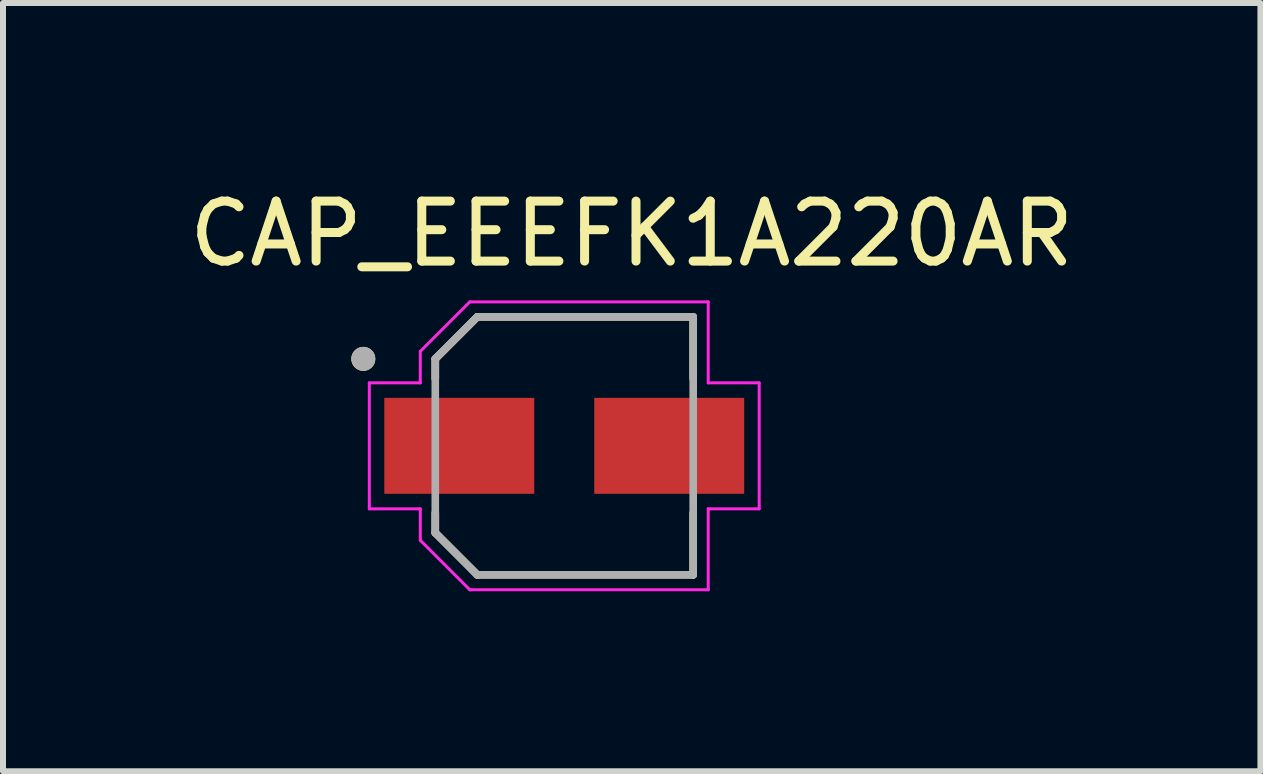
<source format=kicad_pcb>
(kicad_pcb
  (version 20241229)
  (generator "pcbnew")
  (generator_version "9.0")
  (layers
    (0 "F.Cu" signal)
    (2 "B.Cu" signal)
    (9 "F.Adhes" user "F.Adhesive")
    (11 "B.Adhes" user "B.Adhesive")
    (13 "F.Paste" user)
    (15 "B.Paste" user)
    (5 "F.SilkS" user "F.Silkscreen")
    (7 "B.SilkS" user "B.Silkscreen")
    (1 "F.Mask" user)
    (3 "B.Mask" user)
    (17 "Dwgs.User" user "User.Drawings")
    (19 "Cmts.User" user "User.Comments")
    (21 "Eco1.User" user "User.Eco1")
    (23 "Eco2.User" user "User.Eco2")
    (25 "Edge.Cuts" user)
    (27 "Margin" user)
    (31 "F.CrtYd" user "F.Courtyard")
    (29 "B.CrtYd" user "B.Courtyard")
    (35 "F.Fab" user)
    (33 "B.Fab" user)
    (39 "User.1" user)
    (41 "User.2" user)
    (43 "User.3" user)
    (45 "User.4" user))
  (footprint "CAP_EEEFK1A220AR"
    (layer "F.Cu")
    (at 6.357 4.383)
    (property "Reference" "CAP_EEEFK1A220AR" (at 1.125 -3.535 0) (layer "F.SilkS") (effects (font (size 1 1) (thickness 0.15))))
    (attr smd)
    (fp_line (start -2.15 -1.45) (end -2.15 -1.12) (stroke (width 0.127) (type solid)) (layer "F.SilkS"))
    (fp_line (start -2.15 1.12) (end -2.15 1.45) (stroke (width 0.127) (type solid)) (layer "F.SilkS"))
    (fp_line (start -2.15 1.45) (end -1.45 2.15) (stroke (width 0.127) (type solid)) (layer "F.SilkS"))
    (fp_line (start -1.45 -2.15) (end -2.15 -1.45) (stroke (width 0.127) (type solid)) (layer "F.SilkS"))
    (fp_line (start -1.45 2.15) (end 2.15 2.15) (stroke (width 0.127) (type solid)) (layer "F.SilkS"))
    (fp_line (start 2.15 -2.15) (end -1.45 -2.15) (stroke (width 0.127) (type solid)) (layer "F.SilkS"))
    (fp_line (start 2.15 -1.12) (end 2.15 -2.15) (stroke (width 0.127) (type solid)) (layer "F.SilkS"))
    (fp_line (start 2.15 2.15) (end 2.15 1.12) (stroke (width 0.127) (type solid)) (layer "F.SilkS"))
    (fp_circle (center -3.35 -1.45) (end -3.25 -1.45) (stroke (width 0.2) (type solid)) (fill no) (layer "F.SilkS"))
    (fp_line (start -3.25 -1.05) (end -2.4 -1.05) (stroke (width 0.05) (type solid)) (layer "F.CrtYd"))
    (fp_line (start -3.25 1.05) (end -3.25 -1.05) (stroke (width 0.05) (type solid)) (layer "F.CrtYd"))
    (fp_line (start -2.4 -1.575) (end -1.575 -2.4) (stroke (width 0.05) (type solid)) (layer "F.CrtYd"))
    (fp_line (start -2.4 -1.05) (end -2.4 -1.575) (stroke (width 0.05) (type solid)) (layer "F.CrtYd"))
    (fp_line (start -2.4 1.05) (end -3.25 1.05) (stroke (width 0.05) (type solid)) (layer "F.CrtYd"))
    (fp_line (start -2.4 1.575) (end -2.4 1.05) (stroke (width 0.05) (type solid)) (layer "F.CrtYd"))
    (fp_line (start -1.575 -2.4) (end 2.4 -2.4) (stroke (width 0.05) (type solid)) (layer "F.CrtYd"))
    (fp_line (start -1.575 2.4) (end -2.4 1.575) (stroke (width 0.05) (type solid)) (layer "F.CrtYd"))
    (fp_line (start 2.4 -2.4) (end 2.4 -1.05) (stroke (width 0.05) (type solid)) (layer "F.CrtYd"))
    (fp_line (start 2.4 -1.05) (end 3.25 -1.05) (stroke (width 0.05) (type solid)) (layer "F.CrtYd"))
    (fp_line (start 2.4 1.05) (end 2.4 2.4) (stroke (width 0.05) (type solid)) (layer "F.CrtYd"))
    (fp_line (start 2.4 2.4) (end -1.575 2.4) (stroke (width 0.05) (type solid)) (layer "F.CrtYd"))
    (fp_line (start 3.25 -1.05) (end 3.25 1.05) (stroke (width 0.05) (type solid)) (layer "F.CrtYd"))
    (fp_line (start 3.25 1.05) (end 2.4 1.05) (stroke (width 0.05) (type solid)) (layer "F.CrtYd"))
    (fp_line (start -2.15 -1.45) (end -2.15 1.45) (stroke (width 0.127) (type solid)) (layer "F.Fab"))
    (fp_line (start -2.15 1.45) (end -1.45 2.15) (stroke (width 0.127) (type solid)) (layer "F.Fab"))
    (fp_line (start -1.45 -2.15) (end -2.15 -1.45) (stroke (width 0.127) (type solid)) (layer "F.Fab"))
    (fp_line (start -1.45 2.15) (end 2.15 2.15) (stroke (width 0.127) (type solid)) (layer "F.Fab"))
    (fp_line (start 2.15 -2.15) (end -1.45 -2.15) (stroke (width 0.127) (type solid)) (layer "F.Fab"))
    (fp_line (start 2.15 2.15) (end 2.15 -2.15) (stroke (width 0.127) (type solid)) (layer "F.Fab"))
    (fp_circle (center -3.35 -1.45) (end -3.25 -1.45) (stroke (width 0.2) (type solid)) (fill no) (layer "F.Fab"))
    (pad "1" smd rect (at -1.75 0) (size 2.5 1.6) (layers "F.Cu" "F.Mask" "F.Paste"))
    (pad "2" smd rect (at 1.75 0) (size 2.5 1.6) (layers "F.Cu" "F.Mask" "F.Paste")))
  (gr_rect
    (start -3 -3)
    (end 17.964 9.808)
    (stroke (width 0.1) (type default))
    (fill no)
    (layer "Edge.Cuts")))
</source>
